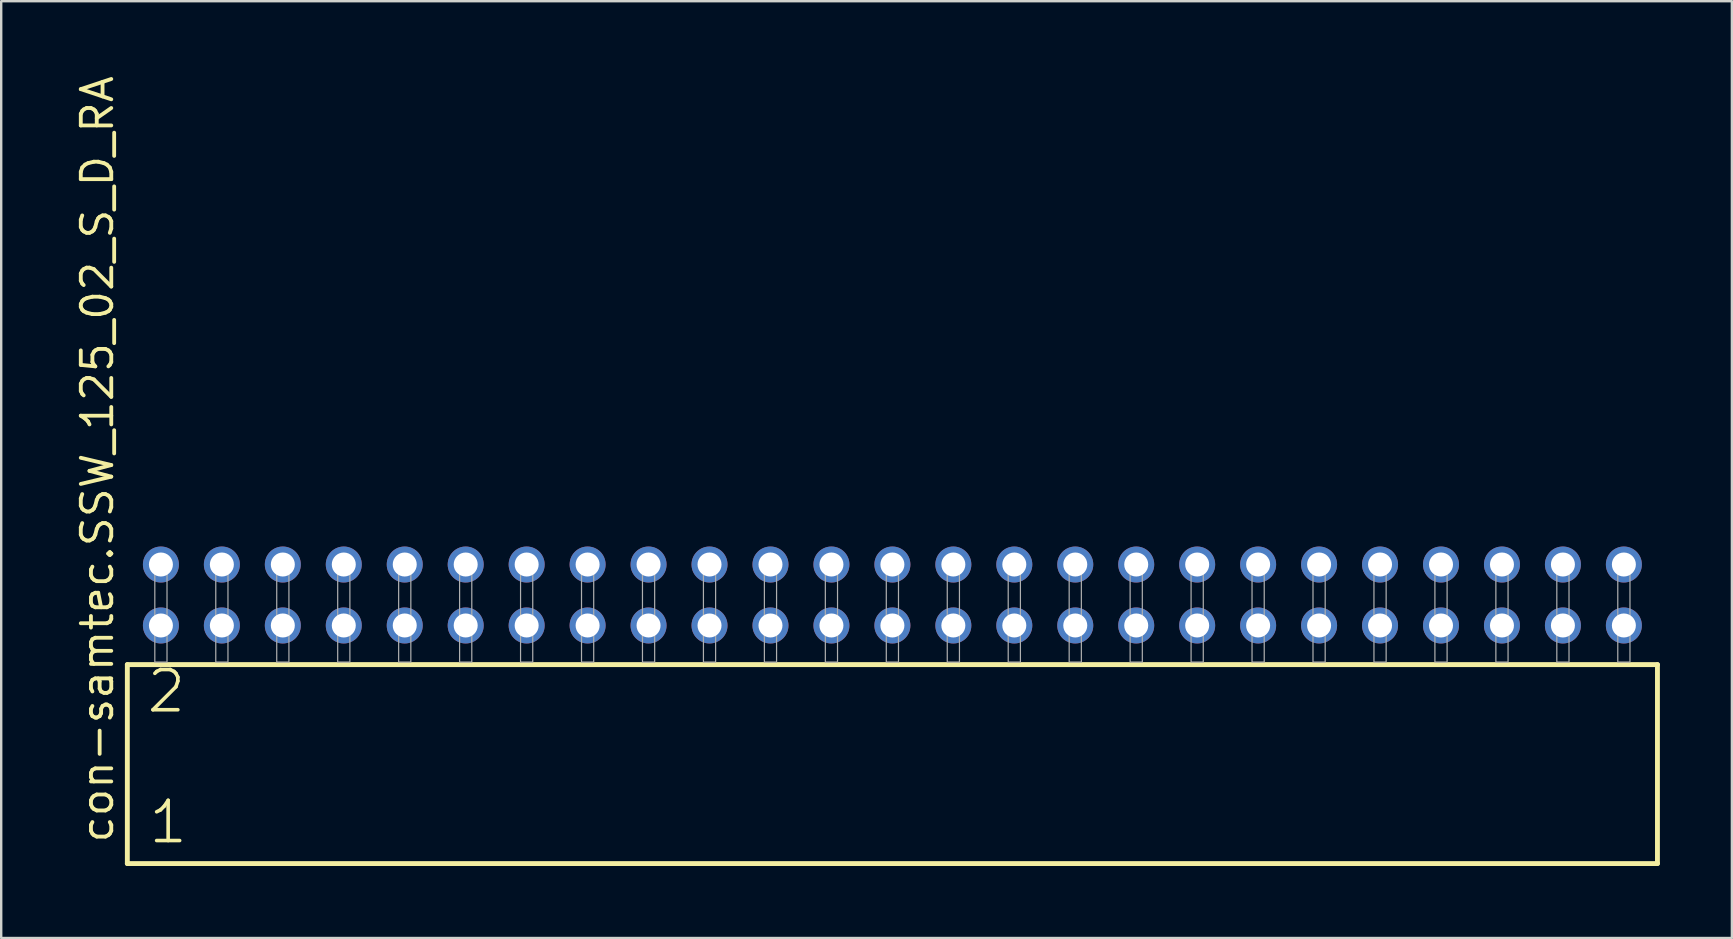
<source format=kicad_pcb>
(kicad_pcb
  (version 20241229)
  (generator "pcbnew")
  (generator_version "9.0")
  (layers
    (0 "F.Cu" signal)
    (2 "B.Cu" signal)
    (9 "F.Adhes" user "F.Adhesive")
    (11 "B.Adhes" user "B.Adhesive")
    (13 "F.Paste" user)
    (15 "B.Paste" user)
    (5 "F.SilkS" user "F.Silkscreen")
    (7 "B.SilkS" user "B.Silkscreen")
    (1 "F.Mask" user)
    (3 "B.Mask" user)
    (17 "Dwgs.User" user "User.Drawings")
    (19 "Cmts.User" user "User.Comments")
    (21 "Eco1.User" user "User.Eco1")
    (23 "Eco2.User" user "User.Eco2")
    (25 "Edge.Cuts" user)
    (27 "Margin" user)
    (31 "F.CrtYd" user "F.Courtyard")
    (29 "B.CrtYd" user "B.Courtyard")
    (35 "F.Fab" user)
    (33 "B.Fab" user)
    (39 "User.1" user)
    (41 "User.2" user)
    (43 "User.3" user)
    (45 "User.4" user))
  (footprint "con-samtec.SSW_125_02_S_D_RA"
    (layer "F.Cu")
    (at 34.135 24.537)
    (property "Reference" "con-samtec.SSW_125_02_S_D_RA" (at -32.385 7.62 90) (layer "F.SilkS") (effects (font (size 1.27 1.27) (thickness 0.16)) (justify left bottom)))
    (attr through_hole)
    (fp_line (start -31.879 0.106) (end -31.879 8.396) (stroke (width 0.203) (type default)) (layer "F.SilkS"))
    (fp_line (start -31.879 8.396) (end 31.879 8.396) (stroke (width 0.203) (type default)) (layer "F.SilkS"))
    (fp_line (start 31.879 0.106) (end -31.879 0.106) (stroke (width 0.203) (type default)) (layer "F.SilkS"))
    (fp_line (start 31.879 8.396) (end 31.879 0.106) (stroke (width 0.203) (type default)) (layer "F.SilkS"))
    (fp_rect (start -30.734 0) (end -30.226 -4.318) (stroke (width 0.05) (type default)) (fill no) (layer "F.Fab"))
    (fp_rect (start -28.194 0) (end -27.686 -4.318) (stroke (width 0.05) (type default)) (fill no) (layer "F.Fab"))
    (fp_rect (start -25.654 0) (end -25.146 -4.318) (stroke (width 0.05) (type default)) (fill no) (layer "F.Fab"))
    (fp_rect (start -23.114 0) (end -22.606 -4.318) (stroke (width 0.05) (type default)) (fill no) (layer "F.Fab"))
    (fp_rect (start -20.574 0) (end -20.066 -4.318) (stroke (width 0.05) (type default)) (fill no) (layer "F.Fab"))
    (fp_rect (start -18.034 0) (end -17.526 -4.318) (stroke (width 0.05) (type default)) (fill no) (layer "F.Fab"))
    (fp_rect (start -15.494 0) (end -14.986 -4.318) (stroke (width 0.05) (type default)) (fill no) (layer "F.Fab"))
    (fp_rect (start -12.954 0) (end -12.446 -4.318) (stroke (width 0.05) (type default)) (fill no) (layer "F.Fab"))
    (fp_rect (start -10.414 0) (end -9.906 -4.318) (stroke (width 0.05) (type default)) (fill no) (layer "F.Fab"))
    (fp_rect (start -7.874 0) (end -7.366 -4.318) (stroke (width 0.05) (type default)) (fill no) (layer "F.Fab"))
    (fp_rect (start -5.334 0) (end -4.826 -4.318) (stroke (width 0.05) (type default)) (fill no) (layer "F.Fab"))
    (fp_rect (start -2.794 0) (end -2.286 -4.318) (stroke (width 0.05) (type default)) (fill no) (layer "F.Fab"))
    (fp_rect (start -0.254 0) (end 0.254 -4.318) (stroke (width 0.05) (type default)) (fill no) (layer "F.Fab"))
    (fp_rect (start 2.286 0) (end 2.794 -4.318) (stroke (width 0.05) (type default)) (fill no) (layer "F.Fab"))
    (fp_rect (start 4.826 0) (end 5.334 -4.318) (stroke (width 0.05) (type default)) (fill no) (layer "F.Fab"))
    (fp_rect (start 7.366 0) (end 7.874 -4.318) (stroke (width 0.05) (type default)) (fill no) (layer "F.Fab"))
    (fp_rect (start 9.906 0) (end 10.414 -4.318) (stroke (width 0.05) (type default)) (fill no) (layer "F.Fab"))
    (fp_rect (start 12.446 0) (end 12.954 -4.318) (stroke (width 0.05) (type default)) (fill no) (layer "F.Fab"))
    (fp_rect (start 14.986 0) (end 15.494 -4.318) (stroke (width 0.05) (type default)) (fill no) (layer "F.Fab"))
    (fp_rect (start 17.526 0) (end 18.034 -4.318) (stroke (width 0.05) (type default)) (fill no) (layer "F.Fab"))
    (fp_rect (start 20.066 0) (end 20.574 -4.318) (stroke (width 0.05) (type default)) (fill no) (layer "F.Fab"))
    (fp_rect (start 22.606 0) (end 23.114 -4.318) (stroke (width 0.05) (type default)) (fill no) (layer "F.Fab"))
    (fp_rect (start 25.146 0) (end 25.654 -4.318) (stroke (width 0.05) (type default)) (fill no) (layer "F.Fab"))
    (fp_rect (start 27.686 0) (end 28.194 -4.318) (stroke (width 0.05) (type default)) (fill no) (layer "F.Fab"))
    (fp_rect (start 30.226 0) (end 30.734 -4.318) (stroke (width 0.05) (type default)) (fill no) (layer "F.Fab"))
    (fp_text user "2" (at -31.15 2.2 0) (layer "F.SilkS") (effects (font (size 1.676 1.676) (thickness 0.15)) (justify left bottom)))
    (fp_text user "1" (at -31.075 7.65 0) (layer "F.SilkS") (effects (font (size 1.676 1.676) (thickness 0.15)) (justify left bottom)))
    (pad "1" thru_hole circle (at -30.48 -1.524) (size 1.5 1.5) (drill 1) (layers "*.Cu" "*.Mask"))
    (pad "2" thru_hole circle (at -30.48 -4.064) (size 1.5 1.5) (drill 1) (layers "*.Cu" "*.Mask"))
    (pad "3" thru_hole circle (at -27.94 -1.524) (size 1.5 1.5) (drill 1) (layers "*.Cu" "*.Mask"))
    (pad "4" thru_hole circle (at -27.94 -4.064) (size 1.5 1.5) (drill 1) (layers "*.Cu" "*.Mask"))
    (pad "5" thru_hole circle (at -25.4 -1.524) (size 1.5 1.5) (drill 1) (layers "*.Cu" "*.Mask"))
    (pad "6" thru_hole circle (at -25.4 -4.064) (size 1.5 1.5) (drill 1) (layers "*.Cu" "*.Mask"))
    (pad "7" thru_hole circle (at -22.86 -1.524) (size 1.5 1.5) (drill 1) (layers "*.Cu" "*.Mask"))
    (pad "8" thru_hole circle (at -22.86 -4.064) (size 1.5 1.5) (drill 1) (layers "*.Cu" "*.Mask"))
    (pad "9" thru_hole circle (at -20.32 -1.524) (size 1.5 1.5) (drill 1) (layers "*.Cu" "*.Mask"))
    (pad "10" thru_hole circle (at -20.32 -4.064) (size 1.5 1.5) (drill 1) (layers "*.Cu" "*.Mask"))
    (pad "11" thru_hole circle (at -17.78 -1.524) (size 1.5 1.5) (drill 1) (layers "*.Cu" "*.Mask"))
    (pad "12" thru_hole circle (at -17.78 -4.064) (size 1.5 1.5) (drill 1) (layers "*.Cu" "*.Mask"))
    (pad "13" thru_hole circle (at -15.24 -1.524) (size 1.5 1.5) (drill 1) (layers "*.Cu" "*.Mask"))
    (pad "14" thru_hole circle (at -15.24 -4.064) (size 1.5 1.5) (drill 1) (layers "*.Cu" "*.Mask"))
    (pad "15" thru_hole circle (at -12.7 -1.524) (size 1.5 1.5) (drill 1) (layers "*.Cu" "*.Mask"))
    (pad "16" thru_hole circle (at -12.7 -4.064) (size 1.5 1.5) (drill 1) (layers "*.Cu" "*.Mask"))
    (pad "17" thru_hole circle (at -10.16 -1.524) (size 1.5 1.5) (drill 1) (layers "*.Cu" "*.Mask"))
    (pad "18" thru_hole circle (at -10.16 -4.064) (size 1.5 1.5) (drill 1) (layers "*.Cu" "*.Mask"))
    (pad "19" thru_hole circle (at -7.62 -1.524) (size 1.5 1.5) (drill 1) (layers "*.Cu" "*.Mask"))
    (pad "20" thru_hole circle (at -7.62 -4.064) (size 1.5 1.5) (drill 1) (layers "*.Cu" "*.Mask"))
    (pad "21" thru_hole circle (at -5.08 -1.524) (size 1.5 1.5) (drill 1) (layers "*.Cu" "*.Mask"))
    (pad "22" thru_hole circle (at -5.08 -4.064) (size 1.5 1.5) (drill 1) (layers "*.Cu" "*.Mask"))
    (pad "23" thru_hole circle (at -2.54 -1.524) (size 1.5 1.5) (drill 1) (layers "*.Cu" "*.Mask"))
    (pad "24" thru_hole circle (at -2.54 -4.064) (size 1.5 1.5) (drill 1) (layers "*.Cu" "*.Mask"))
    (pad "25" thru_hole circle (at 0 -1.524) (size 1.5 1.5) (drill 1) (layers "*.Cu" "*.Mask"))
    (pad "26" thru_hole circle (at 0 -4.064) (size 1.5 1.5) (drill 1) (layers "*.Cu" "*.Mask"))
    (pad "27" thru_hole circle (at 2.54 -1.524) (size 1.5 1.5) (drill 1) (layers "*.Cu" "*.Mask"))
    (pad "28" thru_hole circle (at 2.54 -4.064) (size 1.5 1.5) (drill 1) (layers "*.Cu" "*.Mask"))
    (pad "29" thru_hole circle (at 5.08 -1.524) (size 1.5 1.5) (drill 1) (layers "*.Cu" "*.Mask"))
    (pad "30" thru_hole circle (at 5.08 -4.064) (size 1.5 1.5) (drill 1) (layers "*.Cu" "*.Mask"))
    (pad "31" thru_hole circle (at 7.62 -1.524) (size 1.5 1.5) (drill 1) (layers "*.Cu" "*.Mask"))
    (pad "32" thru_hole circle (at 7.62 -4.064) (size 1.5 1.5) (drill 1) (layers "*.Cu" "*.Mask"))
    (pad "33" thru_hole circle (at 10.16 -1.524) (size 1.5 1.5) (drill 1) (layers "*.Cu" "*.Mask"))
    (pad "34" thru_hole circle (at 10.16 -4.064) (size 1.5 1.5) (drill 1) (layers "*.Cu" "*.Mask"))
    (pad "35" thru_hole circle (at 12.7 -1.524) (size 1.5 1.5) (drill 1) (layers "*.Cu" "*.Mask"))
    (pad "36" thru_hole circle (at 12.7 -4.064) (size 1.5 1.5) (drill 1) (layers "*.Cu" "*.Mask"))
    (pad "37" thru_hole circle (at 15.24 -1.524) (size 1.5 1.5) (drill 1) (layers "*.Cu" "*.Mask"))
    (pad "38" thru_hole circle (at 15.24 -4.064) (size 1.5 1.5) (drill 1) (layers "*.Cu" "*.Mask"))
    (pad "39" thru_hole circle (at 17.78 -1.524) (size 1.5 1.5) (drill 1) (layers "*.Cu" "*.Mask"))
    (pad "40" thru_hole circle (at 17.78 -4.064) (size 1.5 1.5) (drill 1) (layers "*.Cu" "*.Mask"))
    (pad "41" thru_hole circle (at 20.32 -1.524) (size 1.5 1.5) (drill 1) (layers "*.Cu" "*.Mask"))
    (pad "42" thru_hole circle (at 20.32 -4.064) (size 1.5 1.5) (drill 1) (layers "*.Cu" "*.Mask"))
    (pad "43" thru_hole circle (at 22.86 -1.524) (size 1.5 1.5) (drill 1) (layers "*.Cu" "*.Mask"))
    (pad "44" thru_hole circle (at 22.86 -4.064) (size 1.5 1.5) (drill 1) (layers "*.Cu" "*.Mask"))
    (pad "45" thru_hole circle (at 25.4 -1.524) (size 1.5 1.5) (drill 1) (layers "*.Cu" "*.Mask"))
    (pad "46" thru_hole circle (at 25.4 -4.064) (size 1.5 1.5) (drill 1) (layers "*.Cu" "*.Mask"))
    (pad "47" thru_hole circle (at 27.94 -1.524) (size 1.5 1.5) (drill 1) (layers "*.Cu" "*.Mask"))
    (pad "48" thru_hole circle (at 27.94 -4.064) (size 1.5 1.5) (drill 1) (layers "*.Cu" "*.Mask"))
    (pad "49" thru_hole circle (at 30.48 -1.524) (size 1.5 1.5) (drill 1) (layers "*.Cu" "*.Mask"))
    (pad "50" thru_hole circle (at 30.48 -4.064) (size 1.5 1.5) (drill 1) (layers "*.Cu" "*.Mask")))
  (gr_rect
    (start -3 -3)
    (end 69.116 36.035)
    (stroke (width 0.1) (type default))
    (fill no)
    (layer "Edge.Cuts")))
</source>
